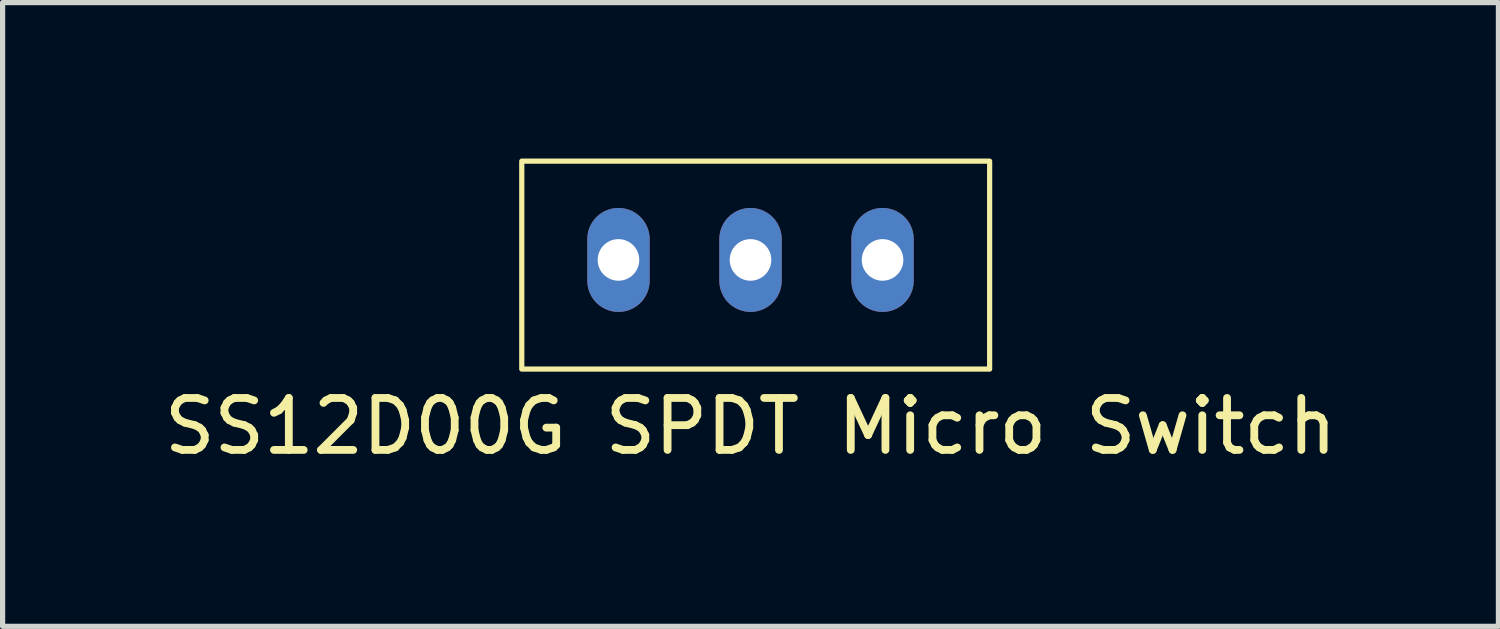
<source format=kicad_pcb>
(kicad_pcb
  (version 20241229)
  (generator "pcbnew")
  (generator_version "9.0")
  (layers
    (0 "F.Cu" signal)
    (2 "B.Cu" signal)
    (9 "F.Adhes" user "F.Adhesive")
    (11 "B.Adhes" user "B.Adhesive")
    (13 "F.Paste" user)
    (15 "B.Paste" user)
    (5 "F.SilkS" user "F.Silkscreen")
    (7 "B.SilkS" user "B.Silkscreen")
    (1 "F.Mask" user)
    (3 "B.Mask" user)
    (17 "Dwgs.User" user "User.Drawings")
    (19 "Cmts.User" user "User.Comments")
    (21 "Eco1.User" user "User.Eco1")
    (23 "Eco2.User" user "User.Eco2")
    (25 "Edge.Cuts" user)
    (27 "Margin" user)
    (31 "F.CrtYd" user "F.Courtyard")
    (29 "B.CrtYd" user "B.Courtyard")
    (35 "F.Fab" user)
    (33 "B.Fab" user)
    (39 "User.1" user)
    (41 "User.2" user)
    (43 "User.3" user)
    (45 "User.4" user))
  (footprint "SS12D00G SPDT Micro Switch"
    (layer "F.Cu")
    (at 11.387 1.95)
    (property "Reference" "SS12D00G SPDT Micro Switch" (at 0 3.2 0) (layer "F.SilkS") (effects (font (size 1 1) (thickness 0.15))))
    (attr through_hole)
    (fp_rect (start -4.4 -1.9) (end 4.6 2.1) (stroke (width 0.1) (type default)) (fill no) (layer "F.SilkS"))
    (fp_rect (start -4.3 -1.8) (end 4.5 2) (stroke (width 0.1) (type default)) (fill no) (layer "Margin"))
    (pad "1" thru_hole oval (at -2.54 0) (size 1.2 2) (drill 0.8) (layers "*.Cu" "*.Mask"))
    (pad "2" thru_hole oval (at 0 0) (size 1.2 2) (drill 0.8) (layers "*.Cu" "*.Mask"))
    (pad "3" thru_hole oval (at 2.54 0) (size 1.2 2) (drill 0.8) (layers "*.Cu" "*.Mask")))
  (gr_rect
    (start -3 -3)
    (end 25.774 8.998)
    (stroke (width 0.1) (type default))
    (fill no)
    (layer "Edge.Cuts")))
</source>
